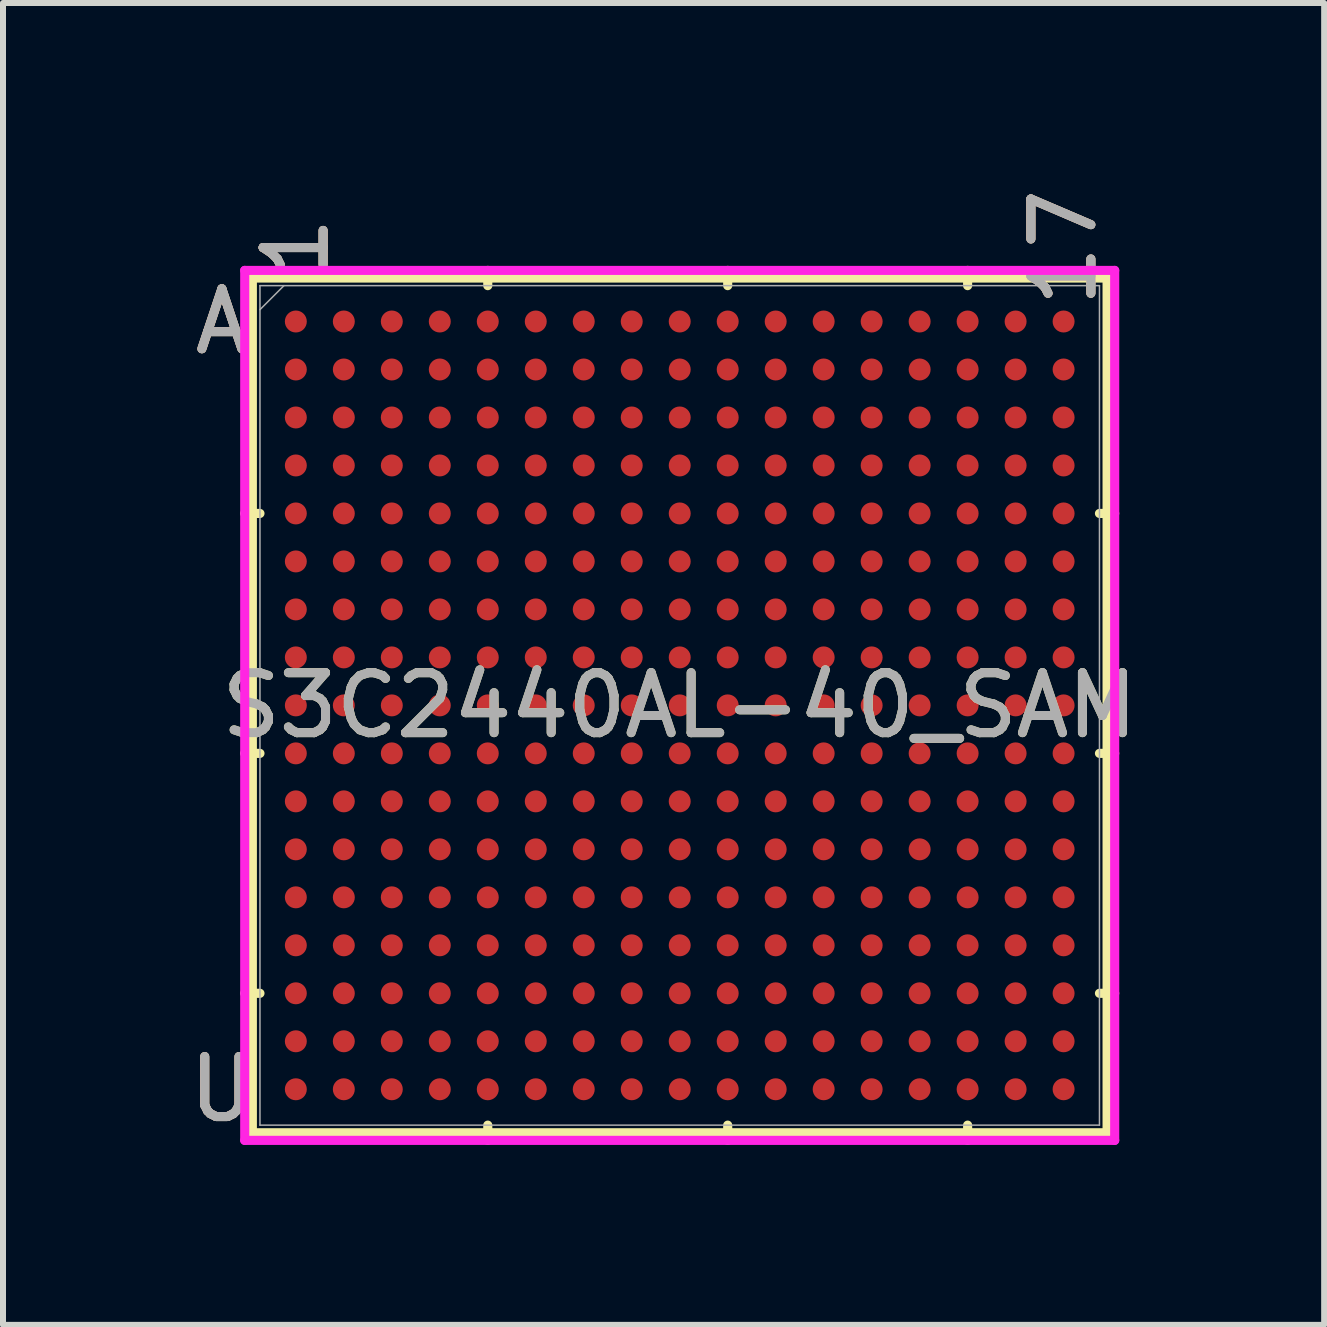
<source format=kicad_pcb>
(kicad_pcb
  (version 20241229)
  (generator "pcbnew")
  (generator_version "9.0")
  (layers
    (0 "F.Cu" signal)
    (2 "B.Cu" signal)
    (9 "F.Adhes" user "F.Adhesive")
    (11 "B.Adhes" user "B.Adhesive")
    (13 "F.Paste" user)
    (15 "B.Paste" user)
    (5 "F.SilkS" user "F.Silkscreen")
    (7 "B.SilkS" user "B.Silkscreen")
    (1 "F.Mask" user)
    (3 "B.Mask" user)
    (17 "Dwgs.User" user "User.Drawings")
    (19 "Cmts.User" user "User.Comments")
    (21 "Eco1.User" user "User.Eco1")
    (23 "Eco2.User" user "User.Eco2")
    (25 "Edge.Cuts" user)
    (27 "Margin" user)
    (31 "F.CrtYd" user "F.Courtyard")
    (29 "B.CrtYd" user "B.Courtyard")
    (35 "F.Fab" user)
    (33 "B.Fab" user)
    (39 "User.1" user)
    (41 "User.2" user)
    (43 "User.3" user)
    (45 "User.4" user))
  (footprint "S3C2440AL-40_SAM"
    (layer "F.Cu")
    (at 8.282 8.71)
    (property "Reference" "S3C2440AL-40_SAM" (at 0 0 0) (unlocked yes) (layer "F.SilkS") (effects (font (size 1 1) (thickness 0.15))))
    (attr smd)
    (fp_line (start -7.125 -7.125) (end -7.125 7.125) (stroke (width 0.152) (type solid)) (layer "F.SilkS"))
    (fp_line (start -7.125 7.125) (end 7.125 7.125) (stroke (width 0.152) (type solid)) (layer "F.SilkS"))
    (fp_line (start -6.998 -3.2) (end -7.252 -3.2) (stroke (width 0.152) (type solid)) (layer "F.SilkS"))
    (fp_line (start -6.998 0.8) (end -7.252 0.8) (stroke (width 0.152) (type solid)) (layer "F.SilkS"))
    (fp_line (start -6.998 4.8) (end -7.252 4.8) (stroke (width 0.152) (type solid)) (layer "F.SilkS"))
    (fp_line (start -3.2 -6.998) (end -3.2 -7.252) (stroke (width 0.152) (type solid)) (layer "F.SilkS"))
    (fp_line (start -3.2 6.998) (end -3.2 7.252) (stroke (width 0.152) (type solid)) (layer "F.SilkS"))
    (fp_line (start 0.8 -6.998) (end 0.8 -7.252) (stroke (width 0.152) (type solid)) (layer "F.SilkS"))
    (fp_line (start 0.8 6.998) (end 0.8 7.252) (stroke (width 0.152) (type solid)) (layer "F.SilkS"))
    (fp_line (start 4.8 -6.998) (end 4.8 -7.252) (stroke (width 0.152) (type solid)) (layer "F.SilkS"))
    (fp_line (start 4.8 6.998) (end 4.8 7.252) (stroke (width 0.152) (type solid)) (layer "F.SilkS"))
    (fp_line (start 6.998 -3.2) (end 7.252 -3.2) (stroke (width 0.152) (type solid)) (layer "F.SilkS"))
    (fp_line (start 6.998 0.8) (end 7.252 0.8) (stroke (width 0.152) (type solid)) (layer "F.SilkS"))
    (fp_line (start 6.998 4.8) (end 7.252 4.8) (stroke (width 0.152) (type solid)) (layer "F.SilkS"))
    (fp_line (start 7.125 -7.125) (end -7.125 -7.125) (stroke (width 0.152) (type solid)) (layer "F.SilkS"))
    (fp_line (start 7.125 7.125) (end 7.125 -7.125) (stroke (width 0.152) (type solid)) (layer "F.SilkS"))
    (fp_poly (pts (xy -7.245 -7.245) (xy 7.245 -7.245) (xy 7.245 7.245) (xy -7.245 7.245)) (stroke (width 0.1) (type solid)) (fill no) (layer "Eco2.User"))
    (fp_line (start -7.252 -7.252) (end 7.252 -7.252) (stroke (width 0.152) (type solid)) (layer "F.CrtYd"))
    (fp_line (start -7.252 7.252) (end -7.252 -7.252) (stroke (width 0.152) (type solid)) (layer "F.CrtYd"))
    (fp_line (start 7.252 -7.252) (end 7.252 7.252) (stroke (width 0.152) (type solid)) (layer "F.CrtYd"))
    (fp_line (start 7.252 7.252) (end -7.252 7.252) (stroke (width 0.152) (type solid)) (layer "F.CrtYd"))
    (fp_line (start -6.998 -6.998) (end -6.998 6.998) (stroke (width 0.025) (type solid)) (layer "F.Fab"))
    (fp_line (start -6.998 6.998) (end 6.998 6.998) (stroke (width 0.025) (type solid)) (layer "F.Fab"))
    (fp_line (start -6.598 -6.998) (end -6.998 -6.598) (stroke (width 0.025) (type solid)) (layer "F.Fab"))
    (fp_line (start 6.998 -6.998) (end -6.998 -6.998) (stroke (width 0.025) (type solid)) (layer "F.Fab"))
    (fp_line (start 6.998 6.998) (end 6.998 -6.998) (stroke (width 0.025) (type solid)) (layer "F.Fab"))
    (fp_text user "A" (at -7.633 -6.4 0) (unlocked yes) (layer "F.SilkS") (effects (font (size 1 1) (thickness 0.15))))
    (fp_text user "U" (at -7.633 6.4 0) (unlocked yes) (layer "F.SilkS") (effects (font (size 1 1) (thickness 0.15))))
    (fp_text user "1" (at -6.4 -7.633 90) (unlocked yes) (layer "F.SilkS") (effects (font (size 1 1) (thickness 0.15))))
    (fp_text user "17" (at 6.4 -7.633 90) (unlocked yes) (layer "F.SilkS") (effects (font (size 1 1) (thickness 0.15))))
    (fp_text user "1" (at -6.4 -7.633 90) (unlocked yes) (layer "B.SilkS") (effects (font (size 1 1) (thickness 0.15))))
    (fp_text user "17" (at 6.4 -7.633 90) (unlocked yes) (layer "B.SilkS") (effects (font (size 1 1) (thickness 0.15))))
    (fp_text user "A" (at -7.633 -6.4 0) (unlocked yes) (layer "B.SilkS") (effects (font (size 1 1) (thickness 0.15))))
    (fp_text user "U" (at -7.633 6.4 0) (unlocked yes) (layer "B.SilkS") (effects (font (size 1 1) (thickness 0.15))))
    (fp_text user "A" (at -7.633 -6.4 0) (unlocked yes) (layer "F.Fab") (effects (font (size 1 1) (thickness 0.15))))
    (fp_text user "${REFERENCE}" (at 0 0 0) (unlocked yes) (layer "F.Fab") (effects (font (size 1 1) (thickness 0.15))))
    (fp_text user "1" (at -6.4 -7.633 90) (unlocked yes) (layer "F.Fab") (effects (font (size 1 1) (thickness 0.15))))
    (fp_text user "17" (at 6.4 -7.633 90) (unlocked yes) (layer "F.Fab") (effects (font (size 1 1) (thickness 0.15))))
    (fp_text user "U" (at -7.633 6.4 0) (unlocked yes) (layer "F.Fab") (effects (font (size 1 1) (thickness 0.15))))
    (pad "A1" smd circle (at -6.4 -6.4) (size 0.366 0.366) (layers "F.Cu" "F.Mask" "F.Paste"))
    (pad "A2" smd circle (at -5.6 -6.4) (size 0.366 0.366) (layers "F.Cu" "F.Mask" "F.Paste"))
    (pad "A3" smd circle (at -4.8 -6.4) (size 0.366 0.366) (layers "F.Cu" "F.Mask" "F.Paste"))
    (pad "A4" smd circle (at -4 -6.4) (size 0.366 0.366) (layers "F.Cu" "F.Mask" "F.Paste"))
    (pad "A5" smd circle (at -3.2 -6.4) (size 0.366 0.366) (layers "F.Cu" "F.Mask" "F.Paste"))
    (pad "A6" smd circle (at -2.4 -6.4) (size 0.366 0.366) (layers "F.Cu" "F.Mask" "F.Paste"))
    (pad "A7" smd circle (at -1.6 -6.4) (size 0.366 0.366) (layers "F.Cu" "F.Mask" "F.Paste"))
    (pad "A8" smd circle (at -0.8 -6.4) (size 0.366 0.366) (layers "F.Cu" "F.Mask" "F.Paste"))
    (pad "A9" smd circle (at 0 -6.4) (size 0.366 0.366) (layers "F.Cu" "F.Mask" "F.Paste"))
    (pad "A10" smd circle (at 0.8 -6.4) (size 0.366 0.366) (layers "F.Cu" "F.Mask" "F.Paste"))
    (pad "A11" smd circle (at 1.6 -6.4) (size 0.366 0.366) (layers "F.Cu" "F.Mask" "F.Paste"))
    (pad "A12" smd circle (at 2.4 -6.4) (size 0.366 0.366) (layers "F.Cu" "F.Mask" "F.Paste"))
    (pad "A13" smd circle (at 3.2 -6.4) (size 0.366 0.366) (layers "F.Cu" "F.Mask" "F.Paste"))
    (pad "A14" smd circle (at 4 -6.4) (size 0.366 0.366) (layers "F.Cu" "F.Mask" "F.Paste"))
    (pad "A15" smd circle (at 4.8 -6.4) (size 0.366 0.366) (layers "F.Cu" "F.Mask" "F.Paste"))
    (pad "A16" smd circle (at 5.6 -6.4) (size 0.366 0.366) (layers "F.Cu" "F.Mask" "F.Paste"))
    (pad "A17" smd circle (at 6.4 -6.4) (size 0.366 0.366) (layers "F.Cu" "F.Mask" "F.Paste"))
    (pad "B1" smd circle (at -6.4 -5.6) (size 0.366 0.366) (layers "F.Cu" "F.Mask" "F.Paste"))
    (pad "B2" smd circle (at -5.6 -5.6) (size 0.366 0.366) (layers "F.Cu" "F.Mask" "F.Paste"))
    (pad "B3" smd circle (at -4.8 -5.6) (size 0.366 0.366) (layers "F.Cu" "F.Mask" "F.Paste"))
    (pad "B4" smd circle (at -4 -5.6) (size 0.366 0.366) (layers "F.Cu" "F.Mask" "F.Paste"))
    (pad "B5" smd circle (at -3.2 -5.6) (size 0.366 0.366) (layers "F.Cu" "F.Mask" "F.Paste"))
    (pad "B6" smd circle (at -2.4 -5.6) (size 0.366 0.366) (layers "F.Cu" "F.Mask" "F.Paste"))
    (pad "B7" smd circle (at -1.6 -5.6) (size 0.366 0.366) (layers "F.Cu" "F.Mask" "F.Paste"))
    (pad "B8" smd circle (at -0.8 -5.6) (size 0.366 0.366) (layers "F.Cu" "F.Mask" "F.Paste"))
    (pad "B9" smd circle (at 0 -5.6) (size 0.366 0.366) (layers "F.Cu" "F.Mask" "F.Paste"))
    (pad "B10" smd circle (at 0.8 -5.6) (size 0.366 0.366) (layers "F.Cu" "F.Mask" "F.Paste"))
    (pad "B11" smd circle (at 1.6 -5.6) (size 0.366 0.366) (layers "F.Cu" "F.Mask" "F.Paste"))
    (pad "B12" smd circle (at 2.4 -5.6) (size 0.366 0.366) (layers "F.Cu" "F.Mask" "F.Paste"))
    (pad "B13" smd circle (at 3.2 -5.6) (size 0.366 0.366) (layers "F.Cu" "F.Mask" "F.Paste"))
    (pad "B14" smd circle (at 4 -5.6) (size 0.366 0.366) (layers "F.Cu" "F.Mask" "F.Paste"))
    (pad "B15" smd circle (at 4.8 -5.6) (size 0.366 0.366) (layers "F.Cu" "F.Mask" "F.Paste"))
    (pad "B16" smd circle (at 5.6 -5.6) (size 0.366 0.366) (layers "F.Cu" "F.Mask" "F.Paste"))
    (pad "B17" smd circle (at 6.4 -5.6) (size 0.366 0.366) (layers "F.Cu" "F.Mask" "F.Paste"))
    (pad "C1" smd circle (at -6.4 -4.8) (size 0.366 0.366) (layers "F.Cu" "F.Mask" "F.Paste"))
    (pad "C2" smd circle (at -5.6 -4.8) (size 0.366 0.366) (layers "F.Cu" "F.Mask" "F.Paste"))
    (pad "C3" smd circle (at -4.8 -4.8) (size 0.366 0.366) (layers "F.Cu" "F.Mask" "F.Paste"))
    (pad "C4" smd circle (at -4 -4.8) (size 0.366 0.366) (layers "F.Cu" "F.Mask" "F.Paste"))
    (pad "C5" smd circle (at -3.2 -4.8) (size 0.366 0.366) (layers "F.Cu" "F.Mask" "F.Paste"))
    (pad "C6" smd circle (at -2.4 -4.8) (size 0.366 0.366) (layers "F.Cu" "F.Mask" "F.Paste"))
    (pad "C7" smd circle (at -1.6 -4.8) (size 0.366 0.366) (layers "F.Cu" "F.Mask" "F.Paste"))
    (pad "C8" smd circle (at -0.8 -4.8) (size 0.366 0.366) (layers "F.Cu" "F.Mask" "F.Paste"))
    (pad "C9" smd circle (at 0 -4.8) (size 0.366 0.366) (layers "F.Cu" "F.Mask" "F.Paste"))
    (pad "C10" smd circle (at 0.8 -4.8) (size 0.366 0.366) (layers "F.Cu" "F.Mask" "F.Paste"))
    (pad "C11" smd circle (at 1.6 -4.8) (size 0.366 0.366) (layers "F.Cu" "F.Mask" "F.Paste"))
    (pad "C12" smd circle (at 2.4 -4.8) (size 0.366 0.366) (layers "F.Cu" "F.Mask" "F.Paste"))
    (pad "C13" smd circle (at 3.2 -4.8) (size 0.366 0.366) (layers "F.Cu" "F.Mask" "F.Paste"))
    (pad "C14" smd circle (at 4 -4.8) (size 0.366 0.366) (layers "F.Cu" "F.Mask" "F.Paste"))
    (pad "C15" smd circle (at 4.8 -4.8) (size 0.366 0.366) (layers "F.Cu" "F.Mask" "F.Paste"))
    (pad "C16" smd circle (at 5.6 -4.8) (size 0.366 0.366) (layers "F.Cu" "F.Mask" "F.Paste"))
    (pad "C17" smd circle (at 6.4 -4.8) (size 0.366 0.366) (layers "F.Cu" "F.Mask" "F.Paste"))
    (pad "D1" smd circle (at -6.4 -4) (size 0.366 0.366) (layers "F.Cu" "F.Mask" "F.Paste"))
    (pad "D2" smd circle (at -5.6 -4) (size 0.366 0.366) (layers "F.Cu" "F.Mask" "F.Paste"))
    (pad "D3" smd circle (at -4.8 -4) (size 0.366 0.366) (layers "F.Cu" "F.Mask" "F.Paste"))
    (pad "D4" smd circle (at -4 -4) (size 0.366 0.366) (layers "F.Cu" "F.Mask" "F.Paste"))
    (pad "D5" smd circle (at -3.2 -4) (size 0.366 0.366) (layers "F.Cu" "F.Mask" "F.Paste"))
    (pad "D6" smd circle (at -2.4 -4) (size 0.366 0.366) (layers "F.Cu" "F.Mask" "F.Paste"))
    (pad "D7" smd circle (at -1.6 -4) (size 0.366 0.366) (layers "F.Cu" "F.Mask" "F.Paste"))
    (pad "D8" smd circle (at -0.8 -4) (size 0.366 0.366) (layers "F.Cu" "F.Mask" "F.Paste"))
    (pad "D9" smd circle (at 0 -4) (size 0.366 0.366) (layers "F.Cu" "F.Mask" "F.Paste"))
    (pad "D10" smd circle (at 0.8 -4) (size 0.366 0.366) (layers "F.Cu" "F.Mask" "F.Paste"))
    (pad "D11" smd circle (at 1.6 -4) (size 0.366 0.366) (layers "F.Cu" "F.Mask" "F.Paste"))
    (pad "D12" smd circle (at 2.4 -4) (size 0.366 0.366) (layers "F.Cu" "F.Mask" "F.Paste"))
    (pad "D13" smd circle (at 3.2 -4) (size 0.366 0.366) (layers "F.Cu" "F.Mask" "F.Paste"))
    (pad "D14" smd circle (at 4 -4) (size 0.366 0.366) (layers "F.Cu" "F.Mask" "F.Paste"))
    (pad "D15" smd circle (at 4.8 -4) (size 0.366 0.366) (layers "F.Cu" "F.Mask" "F.Paste"))
    (pad "D16" smd circle (at 5.6 -4) (size 0.366 0.366) (layers "F.Cu" "F.Mask" "F.Paste"))
    (pad "D17" smd circle (at 6.4 -4) (size 0.366 0.366) (layers "F.Cu" "F.Mask" "F.Paste"))
    (pad "E1" smd circle (at -6.4 -3.2) (size 0.366 0.366) (layers "F.Cu" "F.Mask" "F.Paste"))
    (pad "E2" smd circle (at -5.6 -3.2) (size 0.366 0.366) (layers "F.Cu" "F.Mask" "F.Paste"))
    (pad "E3" smd circle (at -4.8 -3.2) (size 0.366 0.366) (layers "F.Cu" "F.Mask" "F.Paste"))
    (pad "E4" smd circle (at -4 -3.2) (size 0.366 0.366) (layers "F.Cu" "F.Mask" "F.Paste"))
    (pad "E5" smd circle (at -3.2 -3.2) (size 0.366 0.366) (layers "F.Cu" "F.Mask" "F.Paste"))
    (pad "E6" smd circle (at -2.4 -3.2) (size 0.366 0.366) (layers "F.Cu" "F.Mask" "F.Paste"))
    (pad "E7" smd circle (at -1.6 -3.2) (size 0.366 0.366) (layers "F.Cu" "F.Mask" "F.Paste"))
    (pad "E8" smd circle (at -0.8 -3.2) (size 0.366 0.366) (layers "F.Cu" "F.Mask" "F.Paste"))
    (pad "E9" smd circle (at 0 -3.2) (size 0.366 0.366) (layers "F.Cu" "F.Mask" "F.Paste"))
    (pad "E10" smd circle (at 0.8 -3.2) (size 0.366 0.366) (layers "F.Cu" "F.Mask" "F.Paste"))
    (pad "E11" smd circle (at 1.6 -3.2) (size 0.366 0.366) (layers "F.Cu" "F.Mask" "F.Paste"))
    (pad "E12" smd circle (at 2.4 -3.2) (size 0.366 0.366) (layers "F.Cu" "F.Mask" "F.Paste"))
    (pad "E13" smd circle (at 3.2 -3.2) (size 0.366 0.366) (layers "F.Cu" "F.Mask" "F.Paste"))
    (pad "E14" smd circle (at 4 -3.2) (size 0.366 0.366) (layers "F.Cu" "F.Mask" "F.Paste"))
    (pad "E15" smd circle (at 4.8 -3.2) (size 0.366 0.366) (layers "F.Cu" "F.Mask" "F.Paste"))
    (pad "E16" smd circle (at 5.6 -3.2) (size 0.366 0.366) (layers "F.Cu" "F.Mask" "F.Paste"))
    (pad "E17" smd circle (at 6.4 -3.2) (size 0.366 0.366) (layers "F.Cu" "F.Mask" "F.Paste"))
    (pad "F1" smd circle (at -6.4 -2.4) (size 0.366 0.366) (layers "F.Cu" "F.Mask" "F.Paste"))
    (pad "F2" smd circle (at -5.6 -2.4) (size 0.366 0.366) (layers "F.Cu" "F.Mask" "F.Paste"))
    (pad "F3" smd circle (at -4.8 -2.4) (size 0.366 0.366) (layers "F.Cu" "F.Mask" "F.Paste"))
    (pad "F4" smd circle (at -4 -2.4) (size 0.366 0.366) (layers "F.Cu" "F.Mask" "F.Paste"))
    (pad "F5" smd circle (at -3.2 -2.4) (size 0.366 0.366) (layers "F.Cu" "F.Mask" "F.Paste"))
    (pad "F6" smd circle (at -2.4 -2.4) (size 0.366 0.366) (layers "F.Cu" "F.Mask" "F.Paste"))
    (pad "F7" smd circle (at -1.6 -2.4) (size 0.366 0.366) (layers "F.Cu" "F.Mask" "F.Paste"))
    (pad "F8" smd circle (at -0.8 -2.4) (size 0.366 0.366) (layers "F.Cu" "F.Mask" "F.Paste"))
    (pad "F9" smd circle (at 0 -2.4) (size 0.366 0.366) (layers "F.Cu" "F.Mask" "F.Paste"))
    (pad "F10" smd circle (at 0.8 -2.4) (size 0.366 0.366) (layers "F.Cu" "F.Mask" "F.Paste"))
    (pad "F11" smd circle (at 1.6 -2.4) (size 0.366 0.366) (layers "F.Cu" "F.Mask" "F.Paste"))
    (pad "F12" smd circle (at 2.4 -2.4) (size 0.366 0.366) (layers "F.Cu" "F.Mask" "F.Paste"))
    (pad "F13" smd circle (at 3.2 -2.4) (size 0.366 0.366) (layers "F.Cu" "F.Mask" "F.Paste"))
    (pad "F14" smd circle (at 4 -2.4) (size 0.366 0.366) (layers "F.Cu" "F.Mask" "F.Paste"))
    (pad "F15" smd circle (at 4.8 -2.4) (size 0.366 0.366) (layers "F.Cu" "F.Mask" "F.Paste"))
    (pad "F16" smd circle (at 5.6 -2.4) (size 0.366 0.366) (layers "F.Cu" "F.Mask" "F.Paste"))
    (pad "F17" smd circle (at 6.4 -2.4) (size 0.366 0.366) (layers "F.Cu" "F.Mask" "F.Paste"))
    (pad "G1" smd circle (at -6.4 -1.6) (size 0.366 0.366) (layers "F.Cu" "F.Mask" "F.Paste"))
    (pad "G2" smd circle (at -5.6 -1.6) (size 0.366 0.366) (layers "F.Cu" "F.Mask" "F.Paste"))
    (pad "G3" smd circle (at -4.8 -1.6) (size 0.366 0.366) (layers "F.Cu" "F.Mask" "F.Paste"))
    (pad "G4" smd circle (at -4 -1.6) (size 0.366 0.366) (layers "F.Cu" "F.Mask" "F.Paste"))
    (pad "G5" smd circle (at -3.2 -1.6) (size 0.366 0.366) (layers "F.Cu" "F.Mask" "F.Paste"))
    (pad "G6" smd circle (at -2.4 -1.6) (size 0.366 0.366) (layers "F.Cu" "F.Mask" "F.Paste"))
    (pad "G7" smd circle (at -1.6 -1.6) (size 0.366 0.366) (layers "F.Cu" "F.Mask" "F.Paste"))
    (pad "G8" smd circle (at -0.8 -1.6) (size 0.366 0.366) (layers "F.Cu" "F.Mask" "F.Paste"))
    (pad "G9" smd circle (at 0 -1.6) (size 0.366 0.366) (layers "F.Cu" "F.Mask" "F.Paste"))
    (pad "G10" smd circle (at 0.8 -1.6) (size 0.366 0.366) (layers "F.Cu" "F.Mask" "F.Paste"))
    (pad "G11" smd circle (at 1.6 -1.6) (size 0.366 0.366) (layers "F.Cu" "F.Mask" "F.Paste"))
    (pad "G12" smd circle (at 2.4 -1.6) (size 0.366 0.366) (layers "F.Cu" "F.Mask" "F.Paste"))
    (pad "G13" smd circle (at 3.2 -1.6) (size 0.366 0.366) (layers "F.Cu" "F.Mask" "F.Paste"))
    (pad "G14" smd circle (at 4 -1.6) (size 0.366 0.366) (layers "F.Cu" "F.Mask" "F.Paste"))
    (pad "G15" smd circle (at 4.8 -1.6) (size 0.366 0.366) (layers "F.Cu" "F.Mask" "F.Paste"))
    (pad "G16" smd circle (at 5.6 -1.6) (size 0.366 0.366) (layers "F.Cu" "F.Mask" "F.Paste"))
    (pad "G17" smd circle (at 6.4 -1.6) (size 0.366 0.366) (layers "F.Cu" "F.Mask" "F.Paste"))
    (pad "H1" smd circle (at -6.4 -0.8) (size 0.366 0.366) (layers "F.Cu" "F.Mask" "F.Paste"))
    (pad "H2" smd circle (at -5.6 -0.8) (size 0.366 0.366) (layers "F.Cu" "F.Mask" "F.Paste"))
    (pad "H3" smd circle (at -4.8 -0.8) (size 0.366 0.366) (layers "F.Cu" "F.Mask" "F.Paste"))
    (pad "H4" smd circle (at -4 -0.8) (size 0.366 0.366) (layers "F.Cu" "F.Mask" "F.Paste"))
    (pad "H5" smd circle (at -3.2 -0.8) (size 0.366 0.366) (layers "F.Cu" "F.Mask" "F.Paste"))
    (pad "H6" smd circle (at -2.4 -0.8) (size 0.366 0.366) (layers "F.Cu" "F.Mask" "F.Paste"))
    (pad "H7" smd circle (at -1.6 -0.8) (size 0.366 0.366) (layers "F.Cu" "F.Mask" "F.Paste"))
    (pad "H8" smd circle (at -0.8 -0.8) (size 0.366 0.366) (layers "F.Cu" "F.Mask" "F.Paste"))
    (pad "H9" smd circle (at 0 -0.8) (size 0.366 0.366) (layers "F.Cu" "F.Mask" "F.Paste"))
    (pad "H10" smd circle (at 0.8 -0.8) (size 0.366 0.366) (layers "F.Cu" "F.Mask" "F.Paste"))
    (pad "H11" smd circle (at 1.6 -0.8) (size 0.366 0.366) (layers "F.Cu" "F.Mask" "F.Paste"))
    (pad "H12" smd circle (at 2.4 -0.8) (size 0.366 0.366) (layers "F.Cu" "F.Mask" "F.Paste"))
    (pad "H13" smd circle (at 3.2 -0.8) (size 0.366 0.366) (layers "F.Cu" "F.Mask" "F.Paste"))
    (pad "H14" smd circle (at 4 -0.8) (size 0.366 0.366) (layers "F.Cu" "F.Mask" "F.Paste"))
    (pad "H15" smd circle (at 4.8 -0.8) (size 0.366 0.366) (layers "F.Cu" "F.Mask" "F.Paste"))
    (pad "H16" smd circle (at 5.6 -0.8) (size 0.366 0.366) (layers "F.Cu" "F.Mask" "F.Paste"))
    (pad "H17" smd circle (at 6.4 -0.8) (size 0.366 0.366) (layers "F.Cu" "F.Mask" "F.Paste"))
    (pad "J1" smd circle (at -6.4 0) (size 0.366 0.366) (layers "F.Cu" "F.Mask" "F.Paste"))
    (pad "J2" smd circle (at -5.6 0) (size 0.366 0.366) (layers "F.Cu" "F.Mask" "F.Paste"))
    (pad "J3" smd circle (at -4.8 0) (size 0.366 0.366) (layers "F.Cu" "F.Mask" "F.Paste"))
    (pad "J4" smd circle (at -4 0) (size 0.366 0.366) (layers "F.Cu" "F.Mask" "F.Paste"))
    (pad "J5" smd circle (at -3.2 0) (size 0.366 0.366) (layers "F.Cu" "F.Mask" "F.Paste"))
    (pad "J6" smd circle (at -2.4 0) (size 0.366 0.366) (layers "F.Cu" "F.Mask" "F.Paste"))
    (pad "J7" smd circle (at -1.6 0) (size 0.366 0.366) (layers "F.Cu" "F.Mask" "F.Paste"))
    (pad "J8" smd circle (at -0.8 0) (size 0.366 0.366) (layers "F.Cu" "F.Mask" "F.Paste"))
    (pad "J9" smd circle (at 0 0) (size 0.366 0.366) (layers "F.Cu" "F.Mask" "F.Paste"))
    (pad "J10" smd circle (at 0.8 0) (size 0.366 0.366) (layers "F.Cu" "F.Mask" "F.Paste"))
    (pad "J11" smd circle (at 1.6 0) (size 0.366 0.366) (layers "F.Cu" "F.Mask" "F.Paste"))
    (pad "J12" smd circle (at 2.4 0) (size 0.366 0.366) (layers "F.Cu" "F.Mask" "F.Paste"))
    (pad "J13" smd circle (at 3.2 0) (size 0.366 0.366) (layers "F.Cu" "F.Mask" "F.Paste"))
    (pad "J14" smd circle (at 4 0) (size 0.366 0.366) (layers "F.Cu" "F.Mask" "F.Paste"))
    (pad "J15" smd circle (at 4.8 0) (size 0.366 0.366) (layers "F.Cu" "F.Mask" "F.Paste"))
    (pad "J16" smd circle (at 5.6 0) (size 0.366 0.366) (layers "F.Cu" "F.Mask" "F.Paste"))
    (pad "J17" smd circle (at 6.4 0) (size 0.366 0.366) (layers "F.Cu" "F.Mask" "F.Paste"))
    (pad "K1" smd circle (at -6.4 0.8) (size 0.366 0.366) (layers "F.Cu" "F.Mask" "F.Paste"))
    (pad "K2" smd circle (at -5.6 0.8) (size 0.366 0.366) (layers "F.Cu" "F.Mask" "F.Paste"))
    (pad "K3" smd circle (at -4.8 0.8) (size 0.366 0.366) (layers "F.Cu" "F.Mask" "F.Paste"))
    (pad "K4" smd circle (at -4 0.8) (size 0.366 0.366) (layers "F.Cu" "F.Mask" "F.Paste"))
    (pad "K5" smd circle (at -3.2 0.8) (size 0.366 0.366) (layers "F.Cu" "F.Mask" "F.Paste"))
    (pad "K6" smd circle (at -2.4 0.8) (size 0.366 0.366) (layers "F.Cu" "F.Mask" "F.Paste"))
    (pad "K7" smd circle (at -1.6 0.8) (size 0.366 0.366) (layers "F.Cu" "F.Mask" "F.Paste"))
    (pad "K8" smd circle (at -0.8 0.8) (size 0.366 0.366) (layers "F.Cu" "F.Mask" "F.Paste"))
    (pad "K9" smd circle (at 0 0.8) (size 0.366 0.366) (layers "F.Cu" "F.Mask" "F.Paste"))
    (pad "K10" smd circle (at 0.8 0.8) (size 0.366 0.366) (layers "F.Cu" "F.Mask" "F.Paste"))
    (pad "K11" smd circle (at 1.6 0.8) (size 0.366 0.366) (layers "F.Cu" "F.Mask" "F.Paste"))
    (pad "K12" smd circle (at 2.4 0.8) (size 0.366 0.366) (layers "F.Cu" "F.Mask" "F.Paste"))
    (pad "K13" smd circle (at 3.2 0.8) (size 0.366 0.366) (layers "F.Cu" "F.Mask" "F.Paste"))
    (pad "K14" smd circle (at 4 0.8) (size 0.366 0.366) (layers "F.Cu" "F.Mask" "F.Paste"))
    (pad "K15" smd circle (at 4.8 0.8) (size 0.366 0.366) (layers "F.Cu" "F.Mask" "F.Paste"))
    (pad "K16" smd circle (at 5.6 0.8) (size 0.366 0.366) (layers "F.Cu" "F.Mask" "F.Paste"))
    (pad "K17" smd circle (at 6.4 0.8) (size 0.366 0.366) (layers "F.Cu" "F.Mask" "F.Paste"))
    (pad "L1" smd circle (at -6.4 1.6) (size 0.366 0.366) (layers "F.Cu" "F.Mask" "F.Paste"))
    (pad "L2" smd circle (at -5.6 1.6) (size 0.366 0.366) (layers "F.Cu" "F.Mask" "F.Paste"))
    (pad "L3" smd circle (at -4.8 1.6) (size 0.366 0.366) (layers "F.Cu" "F.Mask" "F.Paste"))
    (pad "L4" smd circle (at -4 1.6) (size 0.366 0.366) (layers "F.Cu" "F.Mask" "F.Paste"))
    (pad "L5" smd circle (at -3.2 1.6) (size 0.366 0.366) (layers "F.Cu" "F.Mask" "F.Paste"))
    (pad "L6" smd circle (at -2.4 1.6) (size 0.366 0.366) (layers "F.Cu" "F.Mask" "F.Paste"))
    (pad "L7" smd circle (at -1.6 1.6) (size 0.366 0.366) (layers "F.Cu" "F.Mask" "F.Paste"))
    (pad "L8" smd circle (at -0.8 1.6) (size 0.366 0.366) (layers "F.Cu" "F.Mask" "F.Paste"))
    (pad "L9" smd circle (at 0 1.6) (size 0.366 0.366) (layers "F.Cu" "F.Mask" "F.Paste"))
    (pad "L10" smd circle (at 0.8 1.6) (size 0.366 0.366) (layers "F.Cu" "F.Mask" "F.Paste"))
    (pad "L11" smd circle (at 1.6 1.6) (size 0.366 0.366) (layers "F.Cu" "F.Mask" "F.Paste"))
    (pad "L12" smd circle (at 2.4 1.6) (size 0.366 0.366) (layers "F.Cu" "F.Mask" "F.Paste"))
    (pad "L13" smd circle (at 3.2 1.6) (size 0.366 0.366) (layers "F.Cu" "F.Mask" "F.Paste"))
    (pad "L14" smd circle (at 4 1.6) (size 0.366 0.366) (layers "F.Cu" "F.Mask" "F.Paste"))
    (pad "L15" smd circle (at 4.8 1.6) (size 0.366 0.366) (layers "F.Cu" "F.Mask" "F.Paste"))
    (pad "L16" smd circle (at 5.6 1.6) (size 0.366 0.366) (layers "F.Cu" "F.Mask" "F.Paste"))
    (pad "L17" smd circle (at 6.4 1.6) (size 0.366 0.366) (layers "F.Cu" "F.Mask" "F.Paste"))
    (pad "M1" smd circle (at -6.4 2.4) (size 0.366 0.366) (layers "F.Cu" "F.Mask" "F.Paste"))
    (pad "M2" smd circle (at -5.6 2.4) (size 0.366 0.366) (layers "F.Cu" "F.Mask" "F.Paste"))
    (pad "M3" smd circle (at -4.8 2.4) (size 0.366 0.366) (layers "F.Cu" "F.Mask" "F.Paste"))
    (pad "M4" smd circle (at -4 2.4) (size 0.366 0.366) (layers "F.Cu" "F.Mask" "F.Paste"))
    (pad "M5" smd circle (at -3.2 2.4) (size 0.366 0.366) (layers "F.Cu" "F.Mask" "F.Paste"))
    (pad "M6" smd circle (at -2.4 2.4) (size 0.366 0.366) (layers "F.Cu" "F.Mask" "F.Paste"))
    (pad "M7" smd circle (at -1.6 2.4) (size 0.366 0.366) (layers "F.Cu" "F.Mask" "F.Paste"))
    (pad "M8" smd circle (at -0.8 2.4) (size 0.366 0.366) (layers "F.Cu" "F.Mask" "F.Paste"))
    (pad "M9" smd circle (at 0 2.4) (size 0.366 0.366) (layers "F.Cu" "F.Mask" "F.Paste"))
    (pad "M10" smd circle (at 0.8 2.4) (size 0.366 0.366) (layers "F.Cu" "F.Mask" "F.Paste"))
    (pad "M11" smd circle (at 1.6 2.4) (size 0.366 0.366) (layers "F.Cu" "F.Mask" "F.Paste"))
    (pad "M12" smd circle (at 2.4 2.4) (size 0.366 0.366) (layers "F.Cu" "F.Mask" "F.Paste"))
    (pad "M13" smd circle (at 3.2 2.4) (size 0.366 0.366) (layers "F.Cu" "F.Mask" "F.Paste"))
    (pad "M14" smd circle (at 4 2.4) (size 0.366 0.366) (layers "F.Cu" "F.Mask" "F.Paste"))
    (pad "M15" smd circle (at 4.8 2.4) (size 0.366 0.366) (layers "F.Cu" "F.Mask" "F.Paste"))
    (pad "M16" smd circle (at 5.6 2.4) (size 0.366 0.366) (layers "F.Cu" "F.Mask" "F.Paste"))
    (pad "M17" smd circle (at 6.4 2.4) (size 0.366 0.366) (layers "F.Cu" "F.Mask" "F.Paste"))
    (pad "N1" smd circle (at -6.4 3.2) (size 0.366 0.366) (layers "F.Cu" "F.Mask" "F.Paste"))
    (pad "N2" smd circle (at -5.6 3.2) (size 0.366 0.366) (layers "F.Cu" "F.Mask" "F.Paste"))
    (pad "N3" smd circle (at -4.8 3.2) (size 0.366 0.366) (layers "F.Cu" "F.Mask" "F.Paste"))
    (pad "N4" smd circle (at -4 3.2) (size 0.366 0.366) (layers "F.Cu" "F.Mask" "F.Paste"))
    (pad "N5" smd circle (at -3.2 3.2) (size 0.366 0.366) (layers "F.Cu" "F.Mask" "F.Paste"))
    (pad "N6" smd circle (at -2.4 3.2) (size 0.366 0.366) (layers "F.Cu" "F.Mask" "F.Paste"))
    (pad "N7" smd circle (at -1.6 3.2) (size 0.366 0.366) (layers "F.Cu" "F.Mask" "F.Paste"))
    (pad "N8" smd circle (at -0.8 3.2) (size 0.366 0.366) (layers "F.Cu" "F.Mask" "F.Paste"))
    (pad "N9" smd circle (at 0 3.2) (size 0.366 0.366) (layers "F.Cu" "F.Mask" "F.Paste"))
    (pad "N10" smd circle (at 0.8 3.2) (size 0.366 0.366) (layers "F.Cu" "F.Mask" "F.Paste"))
    (pad "N11" smd circle (at 1.6 3.2) (size 0.366 0.366) (layers "F.Cu" "F.Mask" "F.Paste"))
    (pad "N12" smd circle (at 2.4 3.2) (size 0.366 0.366) (layers "F.Cu" "F.Mask" "F.Paste"))
    (pad "N13" smd circle (at 3.2 3.2) (size 0.366 0.366) (layers "F.Cu" "F.Mask" "F.Paste"))
    (pad "N14" smd circle (at 4 3.2) (size 0.366 0.366) (layers "F.Cu" "F.Mask" "F.Paste"))
    (pad "N15" smd circle (at 4.8 3.2) (size 0.366 0.366) (layers "F.Cu" "F.Mask" "F.Paste"))
    (pad "N16" smd circle (at 5.6 3.2) (size 0.366 0.366) (layers "F.Cu" "F.Mask" "F.Paste"))
    (pad "N17" smd circle (at 6.4 3.2) (size 0.366 0.366) (layers "F.Cu" "F.Mask" "F.Paste"))
    (pad "P1" smd circle (at -6.4 4) (size 0.366 0.366) (layers "F.Cu" "F.Mask" "F.Paste"))
    (pad "P2" smd circle (at -5.6 4) (size 0.366 0.366) (layers "F.Cu" "F.Mask" "F.Paste"))
    (pad "P3" smd circle (at -4.8 4) (size 0.366 0.366) (layers "F.Cu" "F.Mask" "F.Paste"))
    (pad "P4" smd circle (at -4 4) (size 0.366 0.366) (layers "F.Cu" "F.Mask" "F.Paste"))
    (pad "P5" smd circle (at -3.2 4) (size 0.366 0.366) (layers "F.Cu" "F.Mask" "F.Paste"))
    (pad "P6" smd circle (at -2.4 4) (size 0.366 0.366) (layers "F.Cu" "F.Mask" "F.Paste"))
    (pad "P7" smd circle (at -1.6 4) (size 0.366 0.366) (layers "F.Cu" "F.Mask" "F.Paste"))
    (pad "P8" smd circle (at -0.8 4) (size 0.366 0.366) (layers "F.Cu" "F.Mask" "F.Paste"))
    (pad "P9" smd circle (at 0 4) (size 0.366 0.366) (layers "F.Cu" "F.Mask" "F.Paste"))
    (pad "P10" smd circle (at 0.8 4) (size 0.366 0.366) (layers "F.Cu" "F.Mask" "F.Paste"))
    (pad "P11" smd circle (at 1.6 4) (size 0.366 0.366) (layers "F.Cu" "F.Mask" "F.Paste"))
    (pad "P12" smd circle (at 2.4 4) (size 0.366 0.366) (layers "F.Cu" "F.Mask" "F.Paste"))
    (pad "P13" smd circle (at 3.2 4) (size 0.366 0.366) (layers "F.Cu" "F.Mask" "F.Paste"))
    (pad "P14" smd circle (at 4 4) (size 0.366 0.366) (layers "F.Cu" "F.Mask" "F.Paste"))
    (pad "P15" smd circle (at 4.8 4) (size 0.366 0.366) (layers "F.Cu" "F.Mask" "F.Paste"))
    (pad "P16" smd circle (at 5.6 4) (size 0.366 0.366) (layers "F.Cu" "F.Mask" "F.Paste"))
    (pad "P17" smd circle (at 6.4 4) (size 0.366 0.366) (layers "F.Cu" "F.Mask" "F.Paste"))
    (pad "R1" smd circle (at -6.4 4.8) (size 0.366 0.366) (layers "F.Cu" "F.Mask" "F.Paste"))
    (pad "R2" smd circle (at -5.6 4.8) (size 0.366 0.366) (layers "F.Cu" "F.Mask" "F.Paste"))
    (pad "R3" smd circle (at -4.8 4.8) (size 0.366 0.366) (layers "F.Cu" "F.Mask" "F.Paste"))
    (pad "R4" smd circle (at -4 4.8) (size 0.366 0.366) (layers "F.Cu" "F.Mask" "F.Paste"))
    (pad "R5" smd circle (at -3.2 4.8) (size 0.366 0.366) (layers "F.Cu" "F.Mask" "F.Paste"))
    (pad "R6" smd circle (at -2.4 4.8) (size 0.366 0.366) (layers "F.Cu" "F.Mask" "F.Paste"))
    (pad "R7" smd circle (at -1.6 4.8) (size 0.366 0.366) (layers "F.Cu" "F.Mask" "F.Paste"))
    (pad "R8" smd circle (at -0.8 4.8) (size 0.366 0.366) (layers "F.Cu" "F.Mask" "F.Paste"))
    (pad "R9" smd circle (at 0 4.8) (size 0.366 0.366) (layers "F.Cu" "F.Mask" "F.Paste"))
    (pad "R10" smd circle (at 0.8 4.8) (size 0.366 0.366) (layers "F.Cu" "F.Mask" "F.Paste"))
    (pad "R11" smd circle (at 1.6 4.8) (size 0.366 0.366) (layers "F.Cu" "F.Mask" "F.Paste"))
    (pad "R12" smd circle (at 2.4 4.8) (size 0.366 0.366) (layers "F.Cu" "F.Mask" "F.Paste"))
    (pad "R13" smd circle (at 3.2 4.8) (size 0.366 0.366) (layers "F.Cu" "F.Mask" "F.Paste"))
    (pad "R14" smd circle (at 4 4.8) (size 0.366 0.366) (layers "F.Cu" "F.Mask" "F.Paste"))
    (pad "R15" smd circle (at 4.8 4.8) (size 0.366 0.366) (layers "F.Cu" "F.Mask" "F.Paste"))
    (pad "R16" smd circle (at 5.6 4.8) (size 0.366 0.366) (layers "F.Cu" "F.Mask" "F.Paste"))
    (pad "R17" smd circle (at 6.4 4.8) (size 0.366 0.366) (layers "F.Cu" "F.Mask" "F.Paste"))
    (pad "T1" smd circle (at -6.4 5.6) (size 0.366 0.366) (layers "F.Cu" "F.Mask" "F.Paste"))
    (pad "T2" smd circle (at -5.6 5.6) (size 0.366 0.366) (layers "F.Cu" "F.Mask" "F.Paste"))
    (pad "T3" smd circle (at -4.8 5.6) (size 0.366 0.366) (layers "F.Cu" "F.Mask" "F.Paste"))
    (pad "T4" smd circle (at -4 5.6) (size 0.366 0.366) (layers "F.Cu" "F.Mask" "F.Paste"))
    (pad "T5" smd circle (at -3.2 5.6) (size 0.366 0.366) (layers "F.Cu" "F.Mask" "F.Paste"))
    (pad "T6" smd circle (at -2.4 5.6) (size 0.366 0.366) (layers "F.Cu" "F.Mask" "F.Paste"))
    (pad "T7" smd circle (at -1.6 5.6) (size 0.366 0.366) (layers "F.Cu" "F.Mask" "F.Paste"))
    (pad "T8" smd circle (at -0.8 5.6) (size 0.366 0.366) (layers "F.Cu" "F.Mask" "F.Paste"))
    (pad "T9" smd circle (at 0 5.6) (size 0.366 0.366) (layers "F.Cu" "F.Mask" "F.Paste"))
    (pad "T10" smd circle (at 0.8 5.6) (size 0.366 0.366) (layers "F.Cu" "F.Mask" "F.Paste"))
    (pad "T11" smd circle (at 1.6 5.6) (size 0.366 0.366) (layers "F.Cu" "F.Mask" "F.Paste"))
    (pad "T12" smd circle (at 2.4 5.6) (size 0.366 0.366) (layers "F.Cu" "F.Mask" "F.Paste"))
    (pad "T13" smd circle (at 3.2 5.6) (size 0.366 0.366) (layers "F.Cu" "F.Mask" "F.Paste"))
    (pad "T14" smd circle (at 4 5.6) (size 0.366 0.366) (layers "F.Cu" "F.Mask" "F.Paste"))
    (pad "T15" smd circle (at 4.8 5.6) (size 0.366 0.366) (layers "F.Cu" "F.Mask" "F.Paste"))
    (pad "T16" smd circle (at 5.6 5.6) (size 0.366 0.366) (layers "F.Cu" "F.Mask" "F.Paste"))
    (pad "T17" smd circle (at 6.4 5.6) (size 0.366 0.366) (layers "F.Cu" "F.Mask" "F.Paste"))
    (pad "U1" smd circle (at -6.4 6.4) (size 0.366 0.366) (layers "F.Cu" "F.Mask" "F.Paste"))
    (pad "U2" smd circle (at -5.6 6.4) (size 0.366 0.366) (layers "F.Cu" "F.Mask" "F.Paste"))
    (pad "U3" smd circle (at -4.8 6.4) (size 0.366 0.366) (layers "F.Cu" "F.Mask" "F.Paste"))
    (pad "U4" smd circle (at -4 6.4) (size 0.366 0.366) (layers "F.Cu" "F.Mask" "F.Paste"))
    (pad "U5" smd circle (at -3.2 6.4) (size 0.366 0.366) (layers "F.Cu" "F.Mask" "F.Paste"))
    (pad "U6" smd circle (at -2.4 6.4) (size 0.366 0.366) (layers "F.Cu" "F.Mask" "F.Paste"))
    (pad "U7" smd circle (at -1.6 6.4) (size 0.366 0.366) (layers "F.Cu" "F.Mask" "F.Paste"))
    (pad "U8" smd circle (at -0.8 6.4) (size 0.366 0.366) (layers "F.Cu" "F.Mask" "F.Paste"))
    (pad "U9" smd circle (at 0 6.4) (size 0.366 0.366) (layers "F.Cu" "F.Mask" "F.Paste"))
    (pad "U10" smd circle (at 0.8 6.4) (size 0.366 0.366) (layers "F.Cu" "F.Mask" "F.Paste"))
    (pad "U11" smd circle (at 1.6 6.4) (size 0.366 0.366) (layers "F.Cu" "F.Mask" "F.Paste"))
    (pad "U12" smd circle (at 2.4 6.4) (size 0.366 0.366) (layers "F.Cu" "F.Mask" "F.Paste"))
    (pad "U13" smd circle (at 3.2 6.4) (size 0.366 0.366) (layers "F.Cu" "F.Mask" "F.Paste"))
    (pad "U14" smd circle (at 4 6.4) (size 0.366 0.366) (layers "F.Cu" "F.Mask" "F.Paste"))
    (pad "U15" smd circle (at 4.8 6.4) (size 0.366 0.366) (layers "F.Cu" "F.Mask" "F.Paste"))
    (pad "U16" smd circle (at 5.6 6.4) (size 0.366 0.366) (layers "F.Cu" "F.Mask" "F.Paste"))
    (pad "U17" smd circle (at 6.4 6.4) (size 0.366 0.366) (layers "F.Cu" "F.Mask" "F.Paste")))
  (gr_rect
    (start -3 -3)
    (end 19.026 19.038)
    (stroke (width 0.1) (type default))
    (fill no)
    (layer "Edge.Cuts")))
</source>
